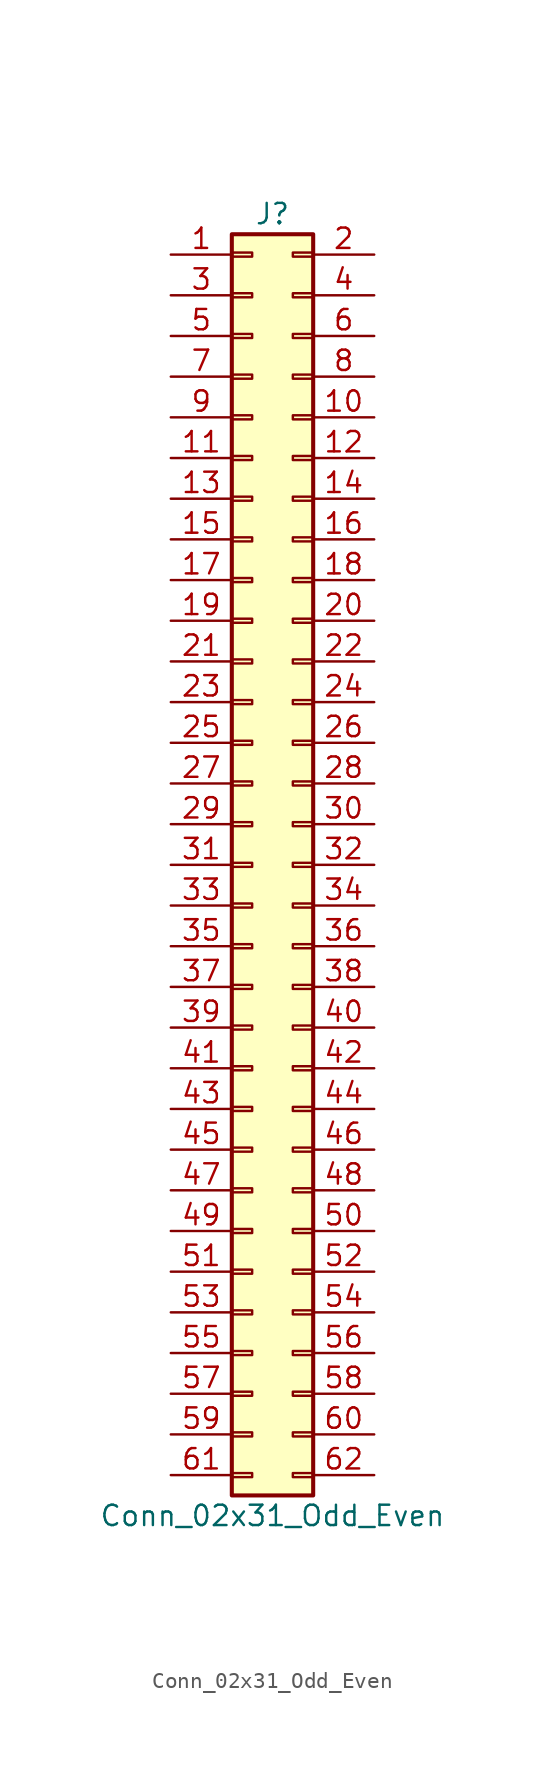
<source format=kicad_sym>
(kicad_symbol_lib
  (version 20201005)
  (generator kicad_symbol_editor)
  (symbol "Conn_02x31_Odd_Even"
    (pin_names
      (offset 1.016) hide)
    (property "Reference" "J"
      (at 1.27 40.64 0)
      (effects (font (size 1.27 1.27))))
    (property "Value" "Conn_02x31_Odd_Even"
      (at 1.27 -40.64 0)
      (effects (font (size 1.27 1.27))))
    (symbol "Conn_02x31_Odd_Even_1_1"
      (rectangle (start -1.27 -37.973) (end 0 -38.227) (stroke (width 0.152)) (fill (type none)))
      (rectangle (start -1.27 -35.433) (end 0 -35.687) (stroke (width 0.152)) (fill (type none)))
      (rectangle (start -1.27 -32.893) (end 0 -33.147) (stroke (width 0.152)) (fill (type none)))
      (rectangle (start -1.27 -30.353) (end 0 -30.607) (stroke (width 0.152)) (fill (type none)))
      (rectangle (start -1.27 -27.813) (end 0 -28.067) (stroke (width 0.152)) (fill (type none)))
      (rectangle (start -1.27 -25.273) (end 0 -25.527) (stroke (width 0.152)) (fill (type none)))
      (rectangle (start -1.27 -22.733) (end 0 -22.987) (stroke (width 0.152)) (fill (type none)))
      (rectangle (start -1.27 -20.193) (end 0 -20.447) (stroke (width 0.152)) (fill (type none)))
      (rectangle (start -1.27 -17.653) (end 0 -17.907) (stroke (width 0.152)) (fill (type none)))
      (rectangle (start -1.27 -15.113) (end 0 -15.367) (stroke (width 0.152)) (fill (type none)))
      (rectangle (start -1.27 -12.573) (end 0 -12.827) (stroke (width 0.152)) (fill (type none)))
      (rectangle (start -1.27 -10.033) (end 0 -10.287) (stroke (width 0.152)) (fill (type none)))
      (rectangle (start -1.27 -7.493) (end 0 -7.747) (stroke (width 0.152)) (fill (type none)))
      (rectangle (start -1.27 -4.953) (end 0 -5.207) (stroke (width 0.152)) (fill (type none)))
      (rectangle (start -1.27 -2.413) (end 0 -2.667) (stroke (width 0.152)) (fill (type none)))
      (rectangle (start -1.27 0.127) (end 0 -0.127) (stroke (width 0.152)) (fill (type none)))
      (rectangle (start -1.27 2.667) (end 0 2.413) (stroke (width 0.152)) (fill (type none)))
      (rectangle (start -1.27 5.207) (end 0 4.953) (stroke (width 0.152)) (fill (type none)))
      (rectangle (start -1.27 7.747) (end 0 7.493) (stroke (width 0.152)) (fill (type none)))
      (rectangle (start -1.27 10.287) (end 0 10.033) (stroke (width 0.152)) (fill (type none)))
      (rectangle (start -1.27 12.827) (end 0 12.573) (stroke (width 0.152)) (fill (type none)))
      (rectangle (start -1.27 15.367) (end 0 15.113) (stroke (width 0.152)) (fill (type none)))
      (rectangle (start -1.27 17.907) (end 0 17.653) (stroke (width 0.152)) (fill (type none)))
      (rectangle (start -1.27 20.447) (end 0 20.193) (stroke (width 0.152)) (fill (type none)))
      (rectangle (start -1.27 22.987) (end 0 22.733) (stroke (width 0.152)) (fill (type none)))
      (rectangle (start -1.27 25.527) (end 0 25.273) (stroke (width 0.152)) (fill (type none)))
      (rectangle (start -1.27 28.067) (end 0 27.813) (stroke (width 0.152)) (fill (type none)))
      (rectangle (start -1.27 30.607) (end 0 30.353) (stroke (width 0.152)) (fill (type none)))
      (rectangle (start -1.27 33.147) (end 0 32.893) (stroke (width 0.152)) (fill (type none)))
      (rectangle (start -1.27 35.687) (end 0 35.433) (stroke (width 0.152)) (fill (type none)))
      (rectangle (start -1.27 38.227) (end 0 37.973) (stroke (width 0.152)) (fill (type none)))
      (rectangle (start -1.27 39.37) (end 3.81 -39.37) (stroke (width 0.254)) (fill (type background)))
      (rectangle (start 3.81 -37.973) (end 2.54 -38.227) (stroke (width 0.152)) (fill (type none)))
      (rectangle (start 3.81 -35.433) (end 2.54 -35.687) (stroke (width 0.152)) (fill (type none)))
      (rectangle (start 3.81 -32.893) (end 2.54 -33.147) (stroke (width 0.152)) (fill (type none)))
      (rectangle (start 3.81 -30.353) (end 2.54 -30.607) (stroke (width 0.152)) (fill (type none)))
      (rectangle (start 3.81 -27.813) (end 2.54 -28.067) (stroke (width 0.152)) (fill (type none)))
      (rectangle (start 3.81 -25.273) (end 2.54 -25.527) (stroke (width 0.152)) (fill (type none)))
      (rectangle (start 3.81 -22.733) (end 2.54 -22.987) (stroke (width 0.152)) (fill (type none)))
      (rectangle (start 3.81 -20.193) (end 2.54 -20.447) (stroke (width 0.152)) (fill (type none)))
      (rectangle (start 3.81 -17.653) (end 2.54 -17.907) (stroke (width 0.152)) (fill (type none)))
      (rectangle (start 3.81 -15.113) (end 2.54 -15.367) (stroke (width 0.152)) (fill (type none)))
      (rectangle (start 3.81 -12.573) (end 2.54 -12.827) (stroke (width 0.152)) (fill (type none)))
      (rectangle (start 3.81 -10.033) (end 2.54 -10.287) (stroke (width 0.152)) (fill (type none)))
      (rectangle (start 3.81 -7.493) (end 2.54 -7.747) (stroke (width 0.152)) (fill (type none)))
      (rectangle (start 3.81 -4.953) (end 2.54 -5.207) (stroke (width 0.152)) (fill (type none)))
      (rectangle (start 3.81 -2.413) (end 2.54 -2.667) (stroke (width 0.152)) (fill (type none)))
      (rectangle (start 3.81 0.127) (end 2.54 -0.127) (stroke (width 0.152)) (fill (type none)))
      (rectangle (start 3.81 2.667) (end 2.54 2.413) (stroke (width 0.152)) (fill (type none)))
      (rectangle (start 3.81 5.207) (end 2.54 4.953) (stroke (width 0.152)) (fill (type none)))
      (rectangle (start 3.81 7.747) (end 2.54 7.493) (stroke (width 0.152)) (fill (type none)))
      (rectangle (start 3.81 10.287) (end 2.54 10.033) (stroke (width 0.152)) (fill (type none)))
      (rectangle (start 3.81 12.827) (end 2.54 12.573) (stroke (width 0.152)) (fill (type none)))
      (rectangle (start 3.81 15.367) (end 2.54 15.113) (stroke (width 0.152)) (fill (type none)))
      (rectangle (start 3.81 17.907) (end 2.54 17.653) (stroke (width 0.152)) (fill (type none)))
      (rectangle (start 3.81 20.447) (end 2.54 20.193) (stroke (width 0.152)) (fill (type none)))
      (rectangle (start 3.81 22.987) (end 2.54 22.733) (stroke (width 0.152)) (fill (type none)))
      (rectangle (start 3.81 25.527) (end 2.54 25.273) (stroke (width 0.152)) (fill (type none)))
      (rectangle (start 3.81 28.067) (end 2.54 27.813) (stroke (width 0.152)) (fill (type none)))
      (rectangle (start 3.81 30.607) (end 2.54 30.353) (stroke (width 0.152)) (fill (type none)))
      (rectangle (start 3.81 33.147) (end 2.54 32.893) (stroke (width 0.152)) (fill (type none)))
      (rectangle (start 3.81 35.687) (end 2.54 35.433) (stroke (width 0.152)) (fill (type none)))
      (rectangle (start 3.81 38.227) (end 2.54 37.973) (stroke (width 0.152)) (fill (type none)))
      (pin passive line (at -5.08 38.1 0) (length 3.81) (name "Pin_1" (effects (font (size 1.27 1.27)))) (number "1" (effects (font (size 1.27 1.27)))))
      (pin passive line (at 7.62 27.94 180) (length 3.81) (name "Pin_10" (effects (font (size 1.27 1.27)))) (number "10" (effects (font (size 1.27 1.27)))))
      (pin passive line (at -5.08 25.4 0) (length 3.81) (name "Pin_11" (effects (font (size 1.27 1.27)))) (number "11" (effects (font (size 1.27 1.27)))))
      (pin passive line (at 7.62 25.4 180) (length 3.81) (name "Pin_12" (effects (font (size 1.27 1.27)))) (number "12" (effects (font (size 1.27 1.27)))))
      (pin passive line (at -5.08 22.86 0) (length 3.81) (name "Pin_13" (effects (font (size 1.27 1.27)))) (number "13" (effects (font (size 1.27 1.27)))))
      (pin passive line (at 7.62 22.86 180) (length 3.81) (name "Pin_14" (effects (font (size 1.27 1.27)))) (number "14" (effects (font (size 1.27 1.27)))))
      (pin passive line (at -5.08 20.32 0) (length 3.81) (name "Pin_15" (effects (font (size 1.27 1.27)))) (number "15" (effects (font (size 1.27 1.27)))))
      (pin passive line (at 7.62 20.32 180) (length 3.81) (name "Pin_16" (effects (font (size 1.27 1.27)))) (number "16" (effects (font (size 1.27 1.27)))))
      (pin passive line (at -5.08 17.78 0) (length 3.81) (name "Pin_17" (effects (font (size 1.27 1.27)))) (number "17" (effects (font (size 1.27 1.27)))))
      (pin passive line (at 7.62 17.78 180) (length 3.81) (name "Pin_18" (effects (font (size 1.27 1.27)))) (number "18" (effects (font (size 1.27 1.27)))))
      (pin passive line (at -5.08 15.24 0) (length 3.81) (name "Pin_19" (effects (font (size 1.27 1.27)))) (number "19" (effects (font (size 1.27 1.27)))))
      (pin passive line (at 7.62 38.1 180) (length 3.81) (name "Pin_2" (effects (font (size 1.27 1.27)))) (number "2" (effects (font (size 1.27 1.27)))))
      (pin passive line (at 7.62 15.24 180) (length 3.81) (name "Pin_20" (effects (font (size 1.27 1.27)))) (number "20" (effects (font (size 1.27 1.27)))))
      (pin passive line (at -5.08 12.7 0) (length 3.81) (name "Pin_21" (effects (font (size 1.27 1.27)))) (number "21" (effects (font (size 1.27 1.27)))))
      (pin passive line (at 7.62 12.7 180) (length 3.81) (name "Pin_22" (effects (font (size 1.27 1.27)))) (number "22" (effects (font (size 1.27 1.27)))))
      (pin passive line (at -5.08 10.16 0) (length 3.81) (name "Pin_23" (effects (font (size 1.27 1.27)))) (number "23" (effects (font (size 1.27 1.27)))))
      (pin passive line (at 7.62 10.16 180) (length 3.81) (name "Pin_24" (effects (font (size 1.27 1.27)))) (number "24" (effects (font (size 1.27 1.27)))))
      (pin passive line (at -5.08 7.62 0) (length 3.81) (name "Pin_25" (effects (font (size 1.27 1.27)))) (number "25" (effects (font (size 1.27 1.27)))))
      (pin passive line (at 7.62 7.62 180) (length 3.81) (name "Pin_26" (effects (font (size 1.27 1.27)))) (number "26" (effects (font (size 1.27 1.27)))))
      (pin passive line (at -5.08 5.08 0) (length 3.81) (name "Pin_27" (effects (font (size 1.27 1.27)))) (number "27" (effects (font (size 1.27 1.27)))))
      (pin passive line (at 7.62 5.08 180) (length 3.81) (name "Pin_28" (effects (font (size 1.27 1.27)))) (number "28" (effects (font (size 1.27 1.27)))))
      (pin passive line (at -5.08 2.54 0) (length 3.81) (name "Pin_29" (effects (font (size 1.27 1.27)))) (number "29" (effects (font (size 1.27 1.27)))))
      (pin passive line (at -5.08 35.56 0) (length 3.81) (name "Pin_3" (effects (font (size 1.27 1.27)))) (number "3" (effects (font (size 1.27 1.27)))))
      (pin passive line (at 7.62 2.54 180) (length 3.81) (name "Pin_30" (effects (font (size 1.27 1.27)))) (number "30" (effects (font (size 1.27 1.27)))))
      (pin passive line (at -5.08 0 0) (length 3.81) (name "Pin_31" (effects (font (size 1.27 1.27)))) (number "31" (effects (font (size 1.27 1.27)))))
      (pin passive line (at 7.62 0 180) (length 3.81) (name "Pin_32" (effects (font (size 1.27 1.27)))) (number "32" (effects (font (size 1.27 1.27)))))
      (pin passive line (at -5.08 -2.54 0) (length 3.81) (name "Pin_33" (effects (font (size 1.27 1.27)))) (number "33" (effects (font (size 1.27 1.27)))))
      (pin passive line (at 7.62 -2.54 180) (length 3.81) (name "Pin_34" (effects (font (size 1.27 1.27)))) (number "34" (effects (font (size 1.27 1.27)))))
      (pin passive line (at -5.08 -5.08 0) (length 3.81) (name "Pin_35" (effects (font (size 1.27 1.27)))) (number "35" (effects (font (size 1.27 1.27)))))
      (pin passive line (at 7.62 -5.08 180) (length 3.81) (name "Pin_36" (effects (font (size 1.27 1.27)))) (number "36" (effects (font (size 1.27 1.27)))))
      (pin passive line (at -5.08 -7.62 0) (length 3.81) (name "Pin_37" (effects (font (size 1.27 1.27)))) (number "37" (effects (font (size 1.27 1.27)))))
      (pin passive line (at 7.62 -7.62 180) (length 3.81) (name "Pin_38" (effects (font (size 1.27 1.27)))) (number "38" (effects (font (size 1.27 1.27)))))
      (pin passive line (at -5.08 -10.16 0) (length 3.81) (name "Pin_39" (effects (font (size 1.27 1.27)))) (number "39" (effects (font (size 1.27 1.27)))))
      (pin passive line (at 7.62 35.56 180) (length 3.81) (name "Pin_4" (effects (font (size 1.27 1.27)))) (number "4" (effects (font (size 1.27 1.27)))))
      (pin passive line (at 7.62 -10.16 180) (length 3.81) (name "Pin_40" (effects (font (size 1.27 1.27)))) (number "40" (effects (font (size 1.27 1.27)))))
      (pin passive line (at -5.08 -12.7 0) (length 3.81) (name "Pin_41" (effects (font (size 1.27 1.27)))) (number "41" (effects (font (size 1.27 1.27)))))
      (pin passive line (at 7.62 -12.7 180) (length 3.81) (name "Pin_42" (effects (font (size 1.27 1.27)))) (number "42" (effects (font (size 1.27 1.27)))))
      (pin passive line (at -5.08 -15.24 0) (length 3.81) (name "Pin_43" (effects (font (size 1.27 1.27)))) (number "43" (effects (font (size 1.27 1.27)))))
      (pin passive line (at 7.62 -15.24 180) (length 3.81) (name "Pin_44" (effects (font (size 1.27 1.27)))) (number "44" (effects (font (size 1.27 1.27)))))
      (pin passive line (at -5.08 -17.78 0) (length 3.81) (name "Pin_45" (effects (font (size 1.27 1.27)))) (number "45" (effects (font (size 1.27 1.27)))))
      (pin passive line (at 7.62 -17.78 180) (length 3.81) (name "Pin_46" (effects (font (size 1.27 1.27)))) (number "46" (effects (font (size 1.27 1.27)))))
      (pin passive line (at -5.08 -20.32 0) (length 3.81) (name "Pin_47" (effects (font (size 1.27 1.27)))) (number "47" (effects (font (size 1.27 1.27)))))
      (pin passive line (at 7.62 -20.32 180) (length 3.81) (name "Pin_48" (effects (font (size 1.27 1.27)))) (number "48" (effects (font (size 1.27 1.27)))))
      (pin passive line (at -5.08 -22.86 0) (length 3.81) (name "Pin_49" (effects (font (size 1.27 1.27)))) (number "49" (effects (font (size 1.27 1.27)))))
      (pin passive line (at -5.08 33.02 0) (length 3.81) (name "Pin_5" (effects (font (size 1.27 1.27)))) (number "5" (effects (font (size 1.27 1.27)))))
      (pin passive line (at 7.62 -22.86 180) (length 3.81) (name "Pin_50" (effects (font (size 1.27 1.27)))) (number "50" (effects (font (size 1.27 1.27)))))
      (pin passive line (at -5.08 -25.4 0) (length 3.81) (name "Pin_51" (effects (font (size 1.27 1.27)))) (number "51" (effects (font (size 1.27 1.27)))))
      (pin passive line (at 7.62 -25.4 180) (length 3.81) (name "Pin_52" (effects (font (size 1.27 1.27)))) (number "52" (effects (font (size 1.27 1.27)))))
      (pin passive line (at -5.08 -27.94 0) (length 3.81) (name "Pin_53" (effects (font (size 1.27 1.27)))) (number "53" (effects (font (size 1.27 1.27)))))
      (pin passive line (at 7.62 -27.94 180) (length 3.81) (name "Pin_54" (effects (font (size 1.27 1.27)))) (number "54" (effects (font (size 1.27 1.27)))))
      (pin passive line (at -5.08 -30.48 0) (length 3.81) (name "Pin_55" (effects (font (size 1.27 1.27)))) (number "55" (effects (font (size 1.27 1.27)))))
      (pin passive line (at 7.62 -30.48 180) (length 3.81) (name "Pin_56" (effects (font (size 1.27 1.27)))) (number "56" (effects (font (size 1.27 1.27)))))
      (pin passive line (at -5.08 -33.02 0) (length 3.81) (name "Pin_57" (effects (font (size 1.27 1.27)))) (number "57" (effects (font (size 1.27 1.27)))))
      (pin passive line (at 7.62 -33.02 180) (length 3.81) (name "Pin_58" (effects (font (size 1.27 1.27)))) (number "58" (effects (font (size 1.27 1.27)))))
      (pin passive line (at -5.08 -35.56 0) (length 3.81) (name "Pin_59" (effects (font (size 1.27 1.27)))) (number "59" (effects (font (size 1.27 1.27)))))
      (pin passive line (at 7.62 33.02 180) (length 3.81) (name "Pin_6" (effects (font (size 1.27 1.27)))) (number "6" (effects (font (size 1.27 1.27)))))
      (pin passive line (at 7.62 -35.56 180) (length 3.81) (name "Pin_60" (effects (font (size 1.27 1.27)))) (number "60" (effects (font (size 1.27 1.27)))))
      (pin passive line (at -5.08 -38.1 0) (length 3.81) (name "Pin_61" (effects (font (size 1.27 1.27)))) (number "61" (effects (font (size 1.27 1.27)))))
      (pin passive line (at 7.62 -38.1 180) (length 3.81) (name "Pin_62" (effects (font (size 1.27 1.27)))) (number "62" (effects (font (size 1.27 1.27)))))
      (pin passive line (at -5.08 30.48 0) (length 3.81) (name "Pin_7" (effects (font (size 1.27 1.27)))) (number "7" (effects (font (size 1.27 1.27)))))
      (pin passive line (at 7.62 30.48 180) (length 3.81) (name "Pin_8" (effects (font (size 1.27 1.27)))) (number "8" (effects (font (size 1.27 1.27)))))
      (pin passive line (at -5.08 27.94 0) (length 3.81) (name "Pin_9" (effects (font (size 1.27 1.27)))) (number "9" (effects (font (size 1.27 1.27))))))))
</source>
